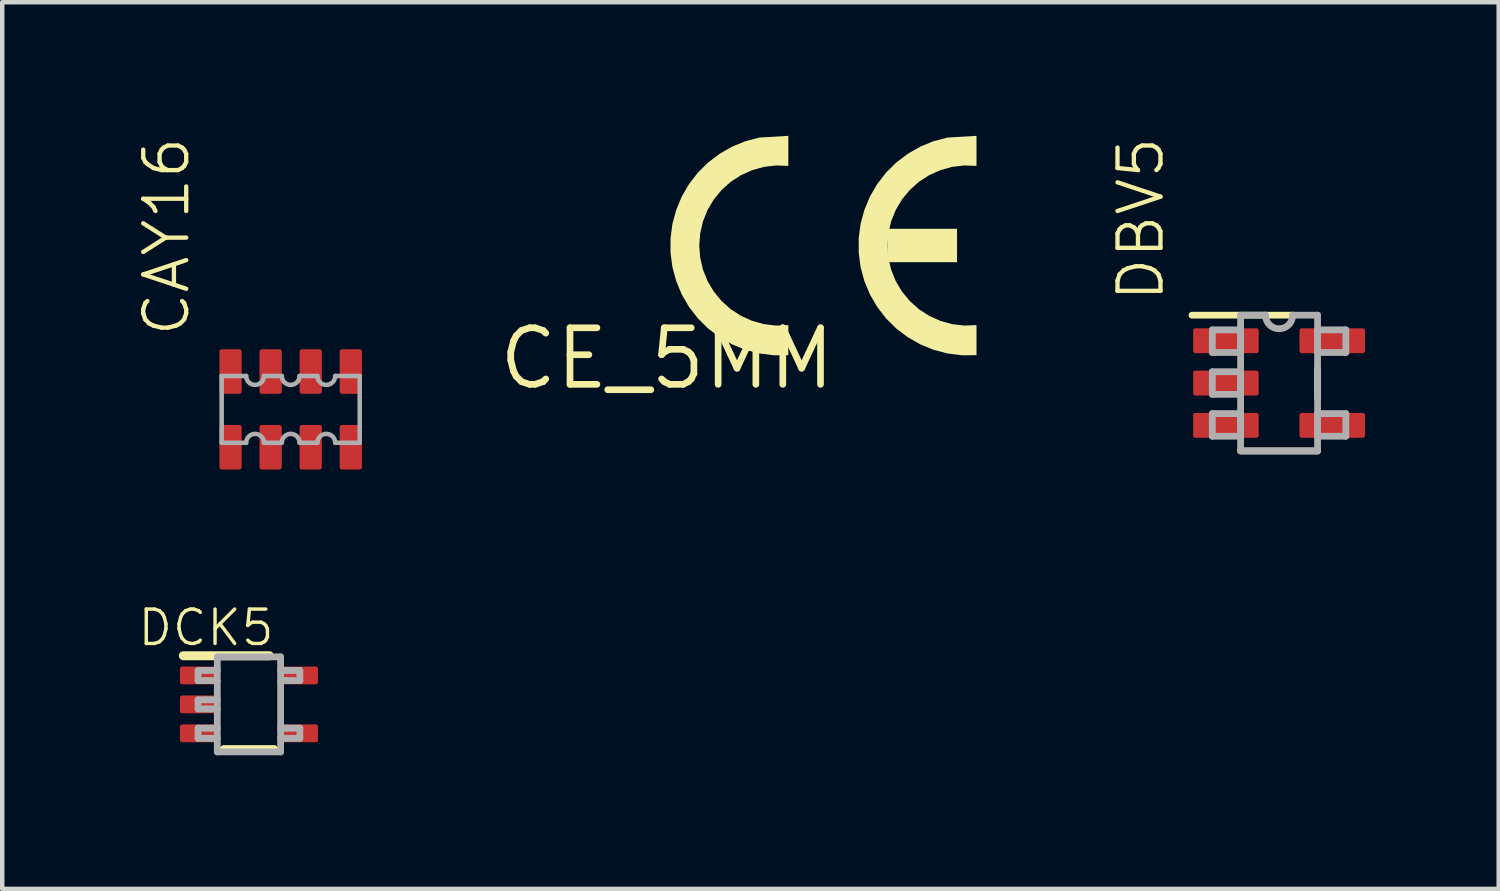
<source format=kicad_pcb>
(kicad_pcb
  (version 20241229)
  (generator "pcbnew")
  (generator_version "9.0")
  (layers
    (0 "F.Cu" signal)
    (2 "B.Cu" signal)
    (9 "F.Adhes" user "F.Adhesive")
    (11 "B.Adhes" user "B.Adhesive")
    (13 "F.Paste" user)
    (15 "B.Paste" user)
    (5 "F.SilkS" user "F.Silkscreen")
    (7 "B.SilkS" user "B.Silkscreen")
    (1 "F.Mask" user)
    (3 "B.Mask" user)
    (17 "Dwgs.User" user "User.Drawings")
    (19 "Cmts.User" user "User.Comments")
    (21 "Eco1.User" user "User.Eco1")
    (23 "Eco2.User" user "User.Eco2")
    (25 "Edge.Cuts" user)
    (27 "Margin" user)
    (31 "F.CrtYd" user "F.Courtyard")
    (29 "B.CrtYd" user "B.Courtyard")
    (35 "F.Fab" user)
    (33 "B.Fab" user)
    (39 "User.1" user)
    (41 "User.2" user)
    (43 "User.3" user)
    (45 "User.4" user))
  (footprint "CE_5MM"
    (layer "F.Cu")
    (at 11.926 5)
    (property "Reference" "CE_5MM" (at 0 0 0) (layer "F.SilkS") (effects (font (size 1.27 1.27) (thickness 0.15))))
    (attr through_hole)
    (fp_poly (pts (xy 4.95 -2.163) (xy 6.513 -2.163) (xy 6.513 -2.913) (xy 4.95 -2.913)) (stroke (width 0) (type solid)) (fill yes) (layer "F.SilkS"))
    (fp_poly (pts (xy 2.725 -0.75) (xy 2.725 -0.075) (xy 2.4 -0.072) (xy 2.078 -0.113) (xy 1.764 -0.194) (xy 1.464 -0.317) (xy 1.182 -0.478) (xy 0.923 -0.674) (xy 0.693 -0.903) (xy 0.494 -1.16) (xy 0.331 -1.44) (xy 0.207 -1.74) (xy 0.122 -2.053) (xy 0.08 -2.375) (xy 0.08 -2.7) (xy 0.122 -3.022) (xy 0.207 -3.335) (xy 0.331 -3.635) (xy 0.494 -3.915) (xy 0.693 -4.172) (xy 0.923 -4.401) (xy 1.182 -4.597) (xy 1.464 -4.758) (xy 1.764 -4.881) (xy 2.078 -4.962) (xy 2.725 -5) (xy 2.725 -4.325) (xy 2.725 -4.325) (xy 2.45 -4.335) (xy 2.177 -4.303) (xy 1.912 -4.229) (xy 1.661 -4.116) (xy 1.431 -3.967) (xy 1.226 -3.783) (xy 1.051 -3.571) (xy 0.911 -3.335) (xy 0.808 -3.079) (xy 0.746 -2.812) (xy 0.725 -2.537) (xy 0.746 -2.263) (xy 0.808 -1.996) (xy 0.911 -1.74) (xy 1.051 -1.504) (xy 1.226 -1.292) (xy 1.431 -1.108) (xy 1.661 -0.959) (xy 1.912 -0.846) (xy 2.177 -0.772) (xy 2.45 -0.74)) (stroke (width 0) (type solid)) (fill yes) (layer "F.SilkS"))
    (fp_poly (pts (xy 6.95 -0.75) (xy 6.95 -0.075) (xy 6.625 -0.072) (xy 6.303 -0.113) (xy 5.989 -0.194) (xy 5.689 -0.317) (xy 5.407 -0.478) (xy 5.148 -0.674) (xy 4.918 -0.903) (xy 4.719 -1.16) (xy 4.556 -1.44) (xy 4.432 -1.74) (xy 4.347 -2.053) (xy 4.305 -2.375) (xy 4.305 -2.7) (xy 4.347 -3.022) (xy 4.432 -3.335) (xy 4.556 -3.635) (xy 4.719 -3.915) (xy 4.918 -4.172) (xy 5.148 -4.401) (xy 5.407 -4.597) (xy 5.689 -4.758) (xy 5.989 -4.881) (xy 6.303 -4.962) (xy 6.95 -5) (xy 6.95 -4.325) (xy 6.95 -4.325) (xy 6.675 -4.335) (xy 6.402 -4.303) (xy 6.137 -4.229) (xy 5.886 -4.116) (xy 5.656 -3.967) (xy 5.451 -3.783) (xy 5.276 -3.571) (xy 5.136 -3.335) (xy 5.033 -3.079) (xy 4.971 -2.812) (xy 4.95 -2.537) (xy 4.971 -2.263) (xy 5.033 -1.996) (xy 5.136 -1.74) (xy 5.276 -1.504) (xy 5.451 -1.292) (xy 5.656 -1.108) (xy 5.886 -0.959) (xy 6.137 -0.846) (xy 6.402 -0.772) (xy 6.675 -0.74)) (stroke (width 0) (type solid)) (fill yes) (layer "F.SilkS")))
  (footprint "DBV5"
    (layer "F.Cu")
    (at 25.67 5.551)
    (property "Reference" "DBV5" (at -2.54 -1.778 90) (layer "F.SilkS") (effects (font (size 0.965 0.965) (thickness 0.097)) (justify left bottom)))
    (attr through_hole)
    (fp_line (start -0.864 1.524) (end 0.864 1.524) (stroke (width 0.152) (type solid)) (layer "F.SilkS"))
    (fp_line (start 0.305 -1.524) (end -1.956 -1.524) (stroke (width 0.152) (type solid)) (layer "F.SilkS"))
    (fp_line (start 0.864 0.33) (end 0.864 -0.33) (stroke (width 0.152) (type solid)) (layer "F.SilkS"))
    (fp_line (start -1.499 -1.194) (end -1.499 -0.686) (stroke (width 0.152) (type solid)) (layer "F.Fab"))
    (fp_line (start -1.499 -0.686) (end -0.864 -0.686) (stroke (width 0.152) (type solid)) (layer "F.Fab"))
    (fp_line (start -1.499 -0.254) (end -1.499 0.254) (stroke (width 0.152) (type solid)) (layer "F.Fab"))
    (fp_line (start -1.499 0.254) (end -0.864 0.254) (stroke (width 0.152) (type solid)) (layer "F.Fab"))
    (fp_line (start -1.499 0.686) (end -1.499 1.194) (stroke (width 0.152) (type solid)) (layer "F.Fab"))
    (fp_line (start -1.499 1.194) (end -0.864 1.194) (stroke (width 0.152) (type solid)) (layer "F.Fab"))
    (fp_line (start -0.864 -1.524) (end -0.864 1.524) (stroke (width 0.152) (type solid)) (layer "F.Fab"))
    (fp_line (start -0.864 -1.194) (end -1.499 -1.194) (stroke (width 0.152) (type solid)) (layer "F.Fab"))
    (fp_line (start -0.864 -0.686) (end -0.864 -1.194) (stroke (width 0.152) (type solid)) (layer "F.Fab"))
    (fp_line (start -0.864 -0.254) (end -1.499 -0.254) (stroke (width 0.152) (type solid)) (layer "F.Fab"))
    (fp_line (start -0.864 0.254) (end -0.864 -0.254) (stroke (width 0.152) (type solid)) (layer "F.Fab"))
    (fp_line (start -0.864 0.686) (end -1.499 0.686) (stroke (width 0.152) (type solid)) (layer "F.Fab"))
    (fp_line (start -0.864 1.194) (end -0.864 0.686) (stroke (width 0.152) (type solid)) (layer "F.Fab"))
    (fp_line (start -0.864 1.524) (end 0.864 1.524) (stroke (width 0.152) (type solid)) (layer "F.Fab"))
    (fp_line (start -0.305 -1.524) (end -0.864 -1.524) (stroke (width 0.152) (type solid)) (layer "F.Fab"))
    (fp_line (start 0.305 -1.524) (end 0.864 -1.524) (stroke (width 0.152) (type solid)) (layer "F.Fab"))
    (fp_line (start 0.864 -1.194) (end 0.864 -0.686) (stroke (width 0.152) (type solid)) (layer "F.Fab"))
    (fp_line (start 0.864 -0.686) (end 1.499 -0.686) (stroke (width 0.152) (type solid)) (layer "F.Fab"))
    (fp_line (start 0.864 0.686) (end 0.864 1.194) (stroke (width 0.152) (type solid)) (layer "F.Fab"))
    (fp_line (start 0.864 1.194) (end 1.499 1.194) (stroke (width 0.152) (type solid)) (layer "F.Fab"))
    (fp_line (start 0.864 1.524) (end 0.864 -1.524) (stroke (width 0.152) (type solid)) (layer "F.Fab"))
    (fp_line (start 1.499 -1.194) (end 0.864 -1.194) (stroke (width 0.152) (type solid)) (layer "F.Fab"))
    (fp_line (start 1.499 -0.686) (end 1.499 -1.194) (stroke (width 0.152) (type solid)) (layer "F.Fab"))
    (fp_line (start 1.499 0.686) (end 0.864 0.686) (stroke (width 0.152) (type solid)) (layer "F.Fab"))
    (fp_line (start 1.499 1.194) (end 1.499 0.686) (stroke (width 0.152) (type solid)) (layer "F.Fab"))
    (fp_arc (start 0.3048 -1.524) (mid 0 -1.2192) (end -0.3048 -1.524) (stroke (width 0.1524) (type solid)) (layer "F.Fab"))
    (pad "1" smd roundrect (at -1.194 -0.95) (size 1.473 0.559) (layers "F.Cu" "F.Mask" "F.Paste") (roundrect_rratio 0.091))
    (pad "2" smd roundrect (at -1.194 0) (size 1.473 0.559) (layers "F.Cu" "F.Mask" "F.Paste") (roundrect_rratio 0.091))
    (pad "3" smd roundrect (at -1.194 0.95) (size 1.473 0.559) (layers "F.Cu" "F.Mask" "F.Paste") (roundrect_rratio 0.091))
    (pad "4" smd roundrect (at 1.194 0.95) (size 1.473 0.559) (layers "F.Cu" "F.Mask" "F.Paste") (roundrect_rratio 0.091))
    (pad "5" smd roundrect (at 1.194 -0.95) (size 1.473 0.559) (layers "F.Cu" "F.Mask" "F.Paste") (roundrect_rratio 0.091)))
  (footprint "CAY16"
    (layer "F.Cu")
    (at 3.477 6.142)
    (property "Reference" "CAY16" (at -2.223 -1.587 270) (layer "F.SilkS") (effects (font (size 0.965 0.965) (thickness 0.097)) (justify left bottom)))
    (attr through_hole)
    (fp_line (start -1.55 -0.75) (end -1 -0.75) (stroke (width 0.102) (type solid)) (layer "F.Fab"))
    (fp_line (start -1.55 0.75) (end -1.55 -0.75) (stroke (width 0.102) (type solid)) (layer "F.Fab"))
    (fp_line (start -1 0.75) (end -1.55 0.75) (stroke (width 0.102) (type solid)) (layer "F.Fab"))
    (fp_line (start -0.6 -0.75) (end -0.2 -0.75) (stroke (width 0.102) (type solid)) (layer "F.Fab"))
    (fp_line (start -0.2 0.75) (end -0.6 0.75) (stroke (width 0.102) (type solid)) (layer "F.Fab"))
    (fp_line (start 0.2 -0.75) (end 0.6 -0.75) (stroke (width 0.102) (type solid)) (layer "F.Fab"))
    (fp_line (start 0.6 0.75) (end 0.2 0.75) (stroke (width 0.102) (type solid)) (layer "F.Fab"))
    (fp_line (start 1 -0.75) (end 1.55 -0.75) (stroke (width 0.102) (type solid)) (layer "F.Fab"))
    (fp_line (start 1.55 -0.75) (end 1.55 0.75) (stroke (width 0.102) (type solid)) (layer "F.Fab"))
    (fp_line (start 1.55 0.75) (end 1 0.75) (stroke (width 0.102) (type solid)) (layer "F.Fab"))
    (fp_arc (start -1 0.75) (mid -0.8 0.55) (end -0.6 0.75) (stroke (width 0.1016) (type solid)) (layer "F.Fab"))
    (fp_arc (start -0.6 -0.75) (mid -0.8 -0.55) (end -1 -0.75) (stroke (width 0.1016) (type solid)) (layer "F.Fab"))
    (fp_arc (start -0.2 0.75) (mid 0 0.55) (end 0.2 0.75) (stroke (width 0.1016) (type solid)) (layer "F.Fab"))
    (fp_arc (start 0.2 -0.75) (mid 0 -0.55) (end -0.2 -0.75) (stroke (width 0.1016) (type solid)) (layer "F.Fab"))
    (fp_arc (start 0.6 0.75) (mid 0.8 0.55) (end 1 0.75) (stroke (width 0.1016) (type solid)) (layer "F.Fab"))
    (fp_arc (start 1 -0.75) (mid 0.8 -0.55) (end 0.6 -0.75) (stroke (width 0.1016) (type solid)) (layer "F.Fab"))
    (pad "1" smd roundrect (at -1.35 0.85) (size 0.5 1) (layers "F.Cu" "F.Mask" "F.Paste") (roundrect_rratio 0.102))
    (pad "2" smd roundrect (at -0.45 0.85) (size 0.5 1) (layers "F.Cu" "F.Mask" "F.Paste") (roundrect_rratio 0.102))
    (pad "3" smd roundrect (at 0.45 0.85) (size 0.5 1) (layers "F.Cu" "F.Mask" "F.Paste") (roundrect_rratio 0.102))
    (pad "4" smd roundrect (at 1.35 0.85) (size 0.5 1) (layers "F.Cu" "F.Mask" "F.Paste") (roundrect_rratio 0.102))
    (pad "5" smd roundrect (at 1.35 -0.85) (size 0.5 1) (layers "F.Cu" "F.Mask" "F.Paste") (roundrect_rratio 0.102))
    (pad "6" smd roundrect (at 0.45 -0.85) (size 0.5 1) (layers "F.Cu" "F.Mask" "F.Paste") (roundrect_rratio 0.102))
    (pad "7" smd roundrect (at -0.45 -0.85) (size 0.5 1) (layers "F.Cu" "F.Mask" "F.Paste") (roundrect_rratio 0.102))
    (pad "8" smd roundrect (at -1.35 -0.85) (size 0.5 1) (layers "F.Cu" "F.Mask" "F.Paste") (roundrect_rratio 0.102)))
  (footprint "DCK5"
    (layer "F.Cu")
    (at 2.54 12.766)
    (property "Reference" "DCK5" (at -2.54 -1.27 0) (layer "F.SilkS") (effects (font (size 0.772 0.772) (thickness 0.077)) (justify left bottom)))
    (attr through_hole)
    (fp_line (start -1.473 -1.092) (end 0.457 -1.092) (stroke (width 0.203) (type solid)) (layer "F.SilkS"))
    (fp_line (start -0.559 1.016) (end 0.559 1.016) (stroke (width 0.203) (type solid)) (layer "F.SilkS"))
    (fp_line (start -1.143 -0.762) (end -0.965 -0.762) (stroke (width 0.152) (type solid)) (layer "F.Fab"))
    (fp_line (start -1.143 -0.533) (end -1.143 -0.762) (stroke (width 0.152) (type solid)) (layer "F.Fab"))
    (fp_line (start -1.143 -0.533) (end -0.965 -0.533) (stroke (width 0.152) (type solid)) (layer "F.Fab"))
    (fp_line (start -1.143 -0.102) (end -0.965 -0.102) (stroke (width 0.152) (type solid)) (layer "F.Fab"))
    (fp_line (start -1.143 0.102) (end -1.143 -0.102) (stroke (width 0.152) (type solid)) (layer "F.Fab"))
    (fp_line (start -1.143 0.102) (end -0.965 0.102) (stroke (width 0.152) (type solid)) (layer "F.Fab"))
    (fp_line (start -1.143 0.533) (end -0.965 0.533) (stroke (width 0.152) (type solid)) (layer "F.Fab"))
    (fp_line (start -1.143 0.762) (end -1.143 0.533) (stroke (width 0.152) (type solid)) (layer "F.Fab"))
    (fp_line (start -1.143 0.762) (end -0.965 0.762) (stroke (width 0.152) (type solid)) (layer "F.Fab"))
    (fp_line (start -0.965 -0.762) (end -0.711 -0.762) (stroke (width 0.152) (type solid)) (layer "F.Fab"))
    (fp_line (start -0.965 -0.533) (end -0.864 -0.533) (stroke (width 0.152) (type solid)) (layer "F.Fab"))
    (fp_line (start -0.965 -0.102) (end -0.864 -0.102) (stroke (width 0.152) (type solid)) (layer "F.Fab"))
    (fp_line (start -0.965 0.102) (end -0.864 0.102) (stroke (width 0.152) (type solid)) (layer "F.Fab"))
    (fp_line (start -0.965 0.533) (end -0.864 0.533) (stroke (width 0.152) (type solid)) (layer "F.Fab"))
    (fp_line (start -0.965 0.762) (end -0.864 0.762) (stroke (width 0.152) (type solid)) (layer "F.Fab"))
    (fp_line (start -0.864 -0.533) (end -0.711 -0.533) (stroke (width 0.152) (type solid)) (layer "F.Fab"))
    (fp_line (start -0.864 -0.102) (end -0.711 -0.102) (stroke (width 0.152) (type solid)) (layer "F.Fab"))
    (fp_line (start -0.864 0.102) (end -0.711 0.102) (stroke (width 0.152) (type solid)) (layer "F.Fab"))
    (fp_line (start -0.864 0.533) (end -0.711 0.533) (stroke (width 0.152) (type solid)) (layer "F.Fab"))
    (fp_line (start -0.864 0.762) (end -0.711 0.762) (stroke (width 0.152) (type solid)) (layer "F.Fab"))
    (fp_line (start -0.711 -1.067) (end 0.711 -1.067) (stroke (width 0.152) (type solid)) (layer "F.Fab"))
    (fp_line (start -0.711 1.067) (end -0.711 -1.067) (stroke (width 0.152) (type solid)) (layer "F.Fab"))
    (fp_line (start -0.711 1.067) (end 0.711 1.067) (stroke (width 0.152) (type solid)) (layer "F.Fab"))
    (fp_line (start 0.711 -0.762) (end 0.838 -0.762) (stroke (width 0.152) (type solid)) (layer "F.Fab"))
    (fp_line (start 0.711 -0.533) (end 0.838 -0.533) (stroke (width 0.152) (type solid)) (layer "F.Fab"))
    (fp_line (start 0.711 0.533) (end 0.838 0.533) (stroke (width 0.152) (type solid)) (layer "F.Fab"))
    (fp_line (start 0.711 0.762) (end 0.838 0.762) (stroke (width 0.152) (type solid)) (layer "F.Fab"))
    (fp_line (start 0.711 1.067) (end 0.711 -1.067) (stroke (width 0.152) (type solid)) (layer "F.Fab"))
    (fp_line (start 0.838 -0.762) (end 0.864 -0.762) (stroke (width 0.152) (type solid)) (layer "F.Fab"))
    (fp_line (start 0.838 -0.533) (end 0.864 -0.533) (stroke (width 0.152) (type solid)) (layer "F.Fab"))
    (fp_line (start 0.838 0.533) (end 0.864 0.533) (stroke (width 0.152) (type solid)) (layer "F.Fab"))
    (fp_line (start 0.838 0.762) (end 0.864 0.762) (stroke (width 0.152) (type solid)) (layer "F.Fab"))
    (fp_line (start 0.864 -0.762) (end 0.965 -0.762) (stroke (width 0.152) (type solid)) (layer "F.Fab"))
    (fp_line (start 0.864 -0.533) (end 0.965 -0.533) (stroke (width 0.152) (type solid)) (layer "F.Fab"))
    (fp_line (start 0.864 0.533) (end 0.965 0.533) (stroke (width 0.152) (type solid)) (layer "F.Fab"))
    (fp_line (start 0.864 0.762) (end 0.965 0.762) (stroke (width 0.152) (type solid)) (layer "F.Fab"))
    (fp_line (start 0.965 -0.762) (end 1.143 -0.762) (stroke (width 0.152) (type solid)) (layer "F.Fab"))
    (fp_line (start 0.965 -0.533) (end 1.143 -0.533) (stroke (width 0.152) (type solid)) (layer "F.Fab"))
    (fp_line (start 0.965 0.533) (end 1.143 0.533) (stroke (width 0.152) (type solid)) (layer "F.Fab"))
    (fp_line (start 0.965 0.762) (end 1.143 0.762) (stroke (width 0.152) (type solid)) (layer "F.Fab"))
    (fp_line (start 1.143 -0.533) (end 1.143 -0.762) (stroke (width 0.152) (type solid)) (layer "F.Fab"))
    (fp_line (start 1.143 0.762) (end 1.143 0.533) (stroke (width 0.152) (type solid)) (layer "F.Fab"))
    (pad "1" smd roundrect (at -1.125 -0.65 90) (size 0.4 0.85) (layers "F.Cu" "F.Mask" "F.Paste") (roundrect_rratio 0.127))
    (pad "2" smd roundrect (at -1.125 0 90) (size 0.4 0.85) (layers "F.Cu" "F.Mask" "F.Paste") (roundrect_rratio 0.127))
    (pad "3" smd roundrect (at -1.125 0.65 90) (size 0.4 0.85) (layers "F.Cu" "F.Mask" "F.Paste") (roundrect_rratio 0.127))
    (pad "4" smd roundrect (at 1.125 0.65 90) (size 0.4 0.85) (layers "F.Cu" "F.Mask" "F.Paste") (roundrect_rratio 0.127))
    (pad "5" smd roundrect (at 1.125 -0.65 90) (size 0.4 0.85) (layers "F.Cu" "F.Mask" "F.Paste") (roundrect_rratio 0.127)))
  (gr_rect
    (start -3 -3)
    (end 30.601 16.909)
    (stroke (width 0.1) (type default))
    (fill no)
    (layer "Edge.Cuts")))
</source>
